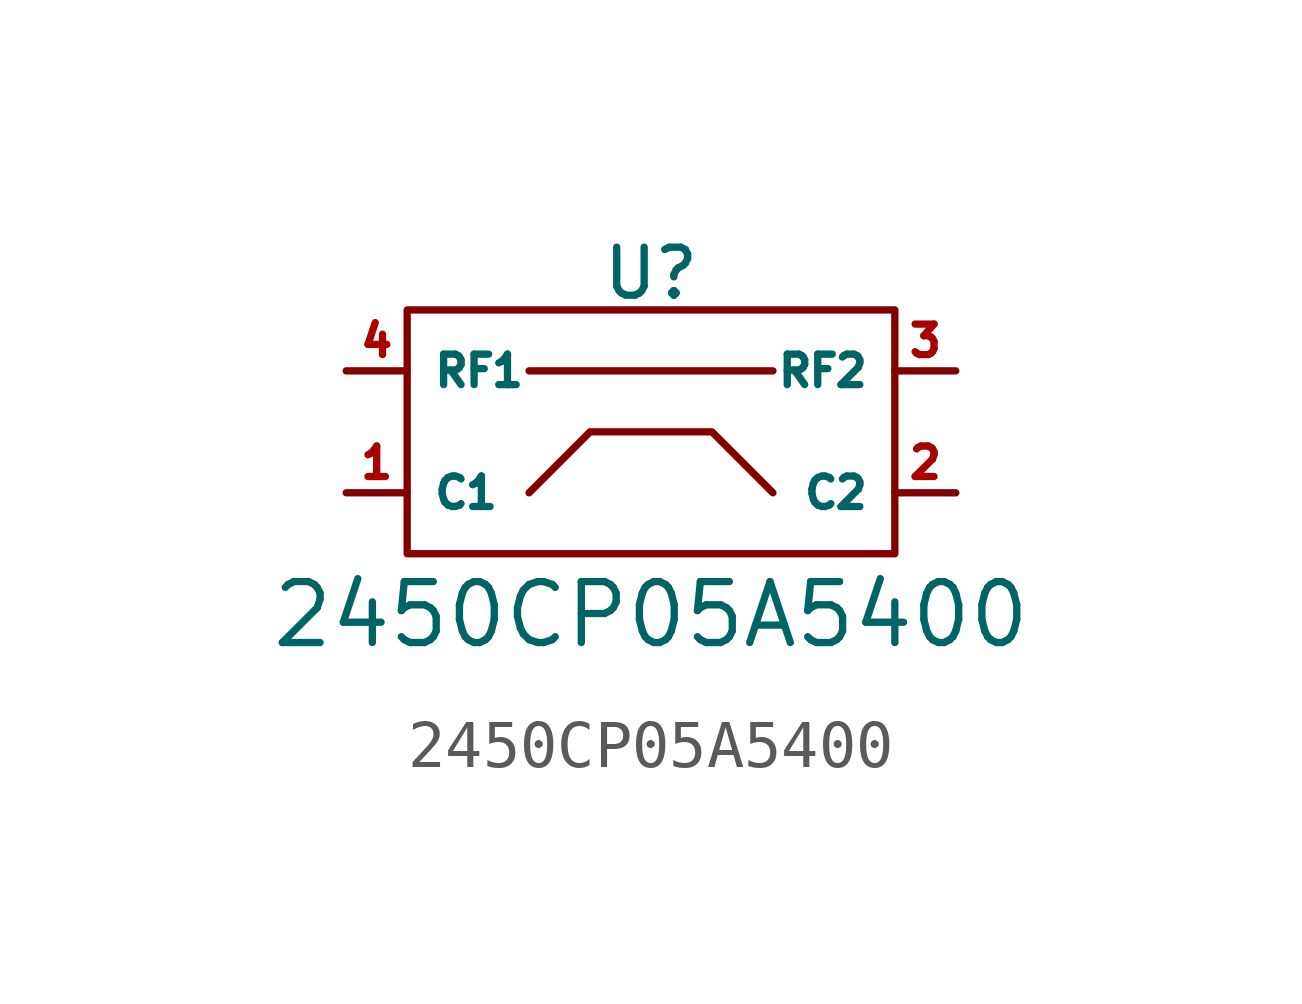
<source format=kicad_sym>
(kicad_symbol_lib
  (version 20241209)
  (generator "kicad_symbol_editor")
  (generator_version "9.0")
  (symbol "2450CP05A5400"
    (property "Reference" "U"
      (at 0 2.032 0)
      (effects (font (size 1 1))))
    (property "Value" "2450CP05A5400"
      (at 0 -5.08 0)
      (effects (font (size 1.27 1.27))))
    (symbol "2450CP05A5400_0_1"
      (rectangle (start -5.08 1.27) (end 5.08 -3.81) (stroke (width 0) (type default)) (fill (type none)))
      (polyline (pts (xy -2.54 0) (xy 2.54 0)) (stroke (width 0) (type default)) (fill (type none)))
      (polyline (pts (xy -2.54 -2.54) (xy -1.27 -1.27) (xy 1.27 -1.27) (xy 2.54 -2.54)) (stroke (width 0) (type default)) (fill (type none))))
    (symbol "2450CP05A5400_1_1"
      (pin bidirectional line (at -6.35 0 0) (length 1.27) (name "RF1" (effects (font (size 0.635 0.635)))) (number "4" (effects (font (size 0.635 0.635)))))
      (pin bidirectional line (at -6.35 -2.54 0) (length 1.27) (name "C1" (effects (font (size 0.635 0.635)))) (number "1" (effects (font (size 0.635 0.635)))))
      (pin bidirectional line (at 6.35 0 180) (length 1.27) (name "RF2" (effects (font (size 0.635 0.635)))) (number "3" (effects (font (size 0.635 0.635)))))
      (pin bidirectional line (at 6.35 -2.54 180) (length 1.27) (name "C2" (effects (font (size 0.635 0.635)))) (number "2" (effects (font (size 0.635 0.635))))))))
</source>
